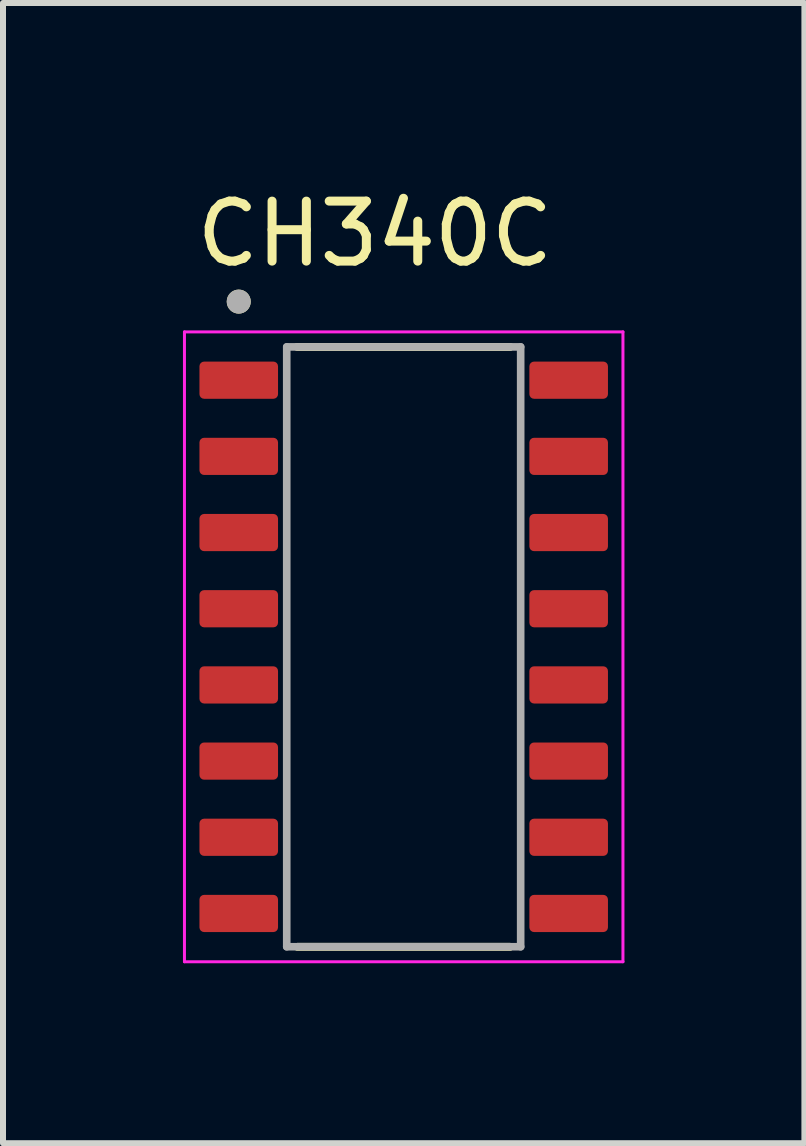
<source format=kicad_pcb>
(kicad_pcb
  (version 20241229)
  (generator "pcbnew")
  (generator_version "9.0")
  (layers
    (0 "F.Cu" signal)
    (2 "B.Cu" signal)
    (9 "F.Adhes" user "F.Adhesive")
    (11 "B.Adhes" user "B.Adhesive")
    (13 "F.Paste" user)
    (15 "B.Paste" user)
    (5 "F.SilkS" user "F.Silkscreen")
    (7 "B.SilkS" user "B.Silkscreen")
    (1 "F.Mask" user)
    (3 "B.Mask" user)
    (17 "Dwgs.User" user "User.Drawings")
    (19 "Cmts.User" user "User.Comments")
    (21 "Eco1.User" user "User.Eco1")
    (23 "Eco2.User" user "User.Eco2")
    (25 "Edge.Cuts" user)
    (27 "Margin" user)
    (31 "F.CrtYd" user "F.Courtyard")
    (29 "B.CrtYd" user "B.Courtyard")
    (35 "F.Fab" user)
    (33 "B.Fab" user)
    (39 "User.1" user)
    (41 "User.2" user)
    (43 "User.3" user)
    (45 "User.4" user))
  (footprint "CH340C"
    (layer "F.Cu")
    (at 3.68 7.733)
    (property "Reference" "CH340C" (at -0.48 -6.885 0) (layer "F.SilkS") (effects (font (size 1 1) (thickness 0.15))))
    (attr smd)
    (fp_line (start -1.775 -5) (end 1.775 -5) (stroke (width 0.127) (type solid)) (layer "F.SilkS"))
    (fp_line (start -1.775 -5) (end 1.775 -5) (stroke (width 0.127) (type solid)) (layer "F.SilkS"))
    (fp_line (start -1.775 5) (end 1.775 5) (stroke (width 0.127) (type solid)) (layer "F.SilkS"))
    (fp_line (start -1.775 5) (end 1.775 5) (stroke (width 0.127) (type solid)) (layer "F.SilkS"))
    (fp_circle (center -2.75 -5.755) (end -2.65 -5.755) (stroke (width 0.2) (type solid)) (fill no) (layer "F.SilkS"))
    (fp_line (start -3.655 -5.25) (end -3.655 5.25) (stroke (width 0.05) (type solid)) (layer "F.CrtYd"))
    (fp_line (start -3.655 5.25) (end 3.655 5.25) (stroke (width 0.05) (type solid)) (layer "F.CrtYd"))
    (fp_line (start 3.655 -5.25) (end -3.655 -5.25) (stroke (width 0.05) (type solid)) (layer "F.CrtYd"))
    (fp_line (start 3.655 5.25) (end 3.655 -5.25) (stroke (width 0.05) (type solid)) (layer "F.CrtYd"))
    (fp_line (start -1.95 -5) (end -1.95 5) (stroke (width 0.127) (type solid)) (layer "F.Fab"))
    (fp_line (start -1.95 -5) (end 1.95 -5) (stroke (width 0.127) (type solid)) (layer "F.Fab"))
    (fp_line (start -1.95 5) (end 1.95 5) (stroke (width 0.127) (type solid)) (layer "F.Fab"))
    (fp_line (start 1.95 -5) (end 1.95 5) (stroke (width 0.127) (type solid)) (layer "F.Fab"))
    (fp_circle (center -2.75 -5.755) (end -2.65 -5.755) (stroke (width 0.2) (type solid)) (fill no) (layer "F.Fab"))
    (pad "1" smd roundrect (at -2.75 -4.445) (size 1.31 0.62) (layers "F.Cu" "F.Mask" "F.Paste") (roundrect_rratio 0.125))
    (pad "2" smd roundrect (at -2.75 -3.175) (size 1.31 0.62) (layers "F.Cu" "F.Mask" "F.Paste") (roundrect_rratio 0.125))
    (pad "3" smd roundrect (at -2.75 -1.905) (size 1.31 0.62) (layers "F.Cu" "F.Mask" "F.Paste") (roundrect_rratio 0.125))
    (pad "4" smd roundrect (at -2.75 -0.635) (size 1.31 0.62) (layers "F.Cu" "F.Mask" "F.Paste") (roundrect_rratio 0.125))
    (pad "5" smd roundrect (at -2.75 0.635) (size 1.31 0.62) (layers "F.Cu" "F.Mask" "F.Paste") (roundrect_rratio 0.125))
    (pad "6" smd roundrect (at -2.75 1.905) (size 1.31 0.62) (layers "F.Cu" "F.Mask" "F.Paste") (roundrect_rratio 0.125))
    (pad "7" smd roundrect (at -2.75 3.175) (size 1.31 0.62) (layers "F.Cu" "F.Mask" "F.Paste") (roundrect_rratio 0.125))
    (pad "8" smd roundrect (at -2.75 4.445) (size 1.31 0.62) (layers "F.Cu" "F.Mask" "F.Paste") (roundrect_rratio 0.125))
    (pad "9" smd roundrect (at 2.75 4.445) (size 1.31 0.62) (layers "F.Cu" "F.Mask" "F.Paste") (roundrect_rratio 0.125))
    (pad "10" smd roundrect (at 2.75 3.175) (size 1.31 0.62) (layers "F.Cu" "F.Mask" "F.Paste") (roundrect_rratio 0.125))
    (pad "11" smd roundrect (at 2.75 1.905) (size 1.31 0.62) (layers "F.Cu" "F.Mask" "F.Paste") (roundrect_rratio 0.125))
    (pad "12" smd roundrect (at 2.75 0.635) (size 1.31 0.62) (layers "F.Cu" "F.Mask" "F.Paste") (roundrect_rratio 0.125))
    (pad "13" smd roundrect (at 2.75 -0.635) (size 1.31 0.62) (layers "F.Cu" "F.Mask" "F.Paste") (roundrect_rratio 0.125))
    (pad "14" smd roundrect (at 2.75 -1.905) (size 1.31 0.62) (layers "F.Cu" "F.Mask" "F.Paste") (roundrect_rratio 0.125))
    (pad "15" smd roundrect (at 2.75 -3.175) (size 1.31 0.62) (layers "F.Cu" "F.Mask" "F.Paste") (roundrect_rratio 0.125))
    (pad "16" smd roundrect (at 2.75 -4.445) (size 1.31 0.62) (layers "F.Cu" "F.Mask" "F.Paste") (roundrect_rratio 0.125)))
  (gr_rect
    (start -3 -3)
    (end 10.36 16.008)
    (stroke (width 0.1) (type default))
    (fill no)
    (layer "Edge.Cuts")))
</source>
